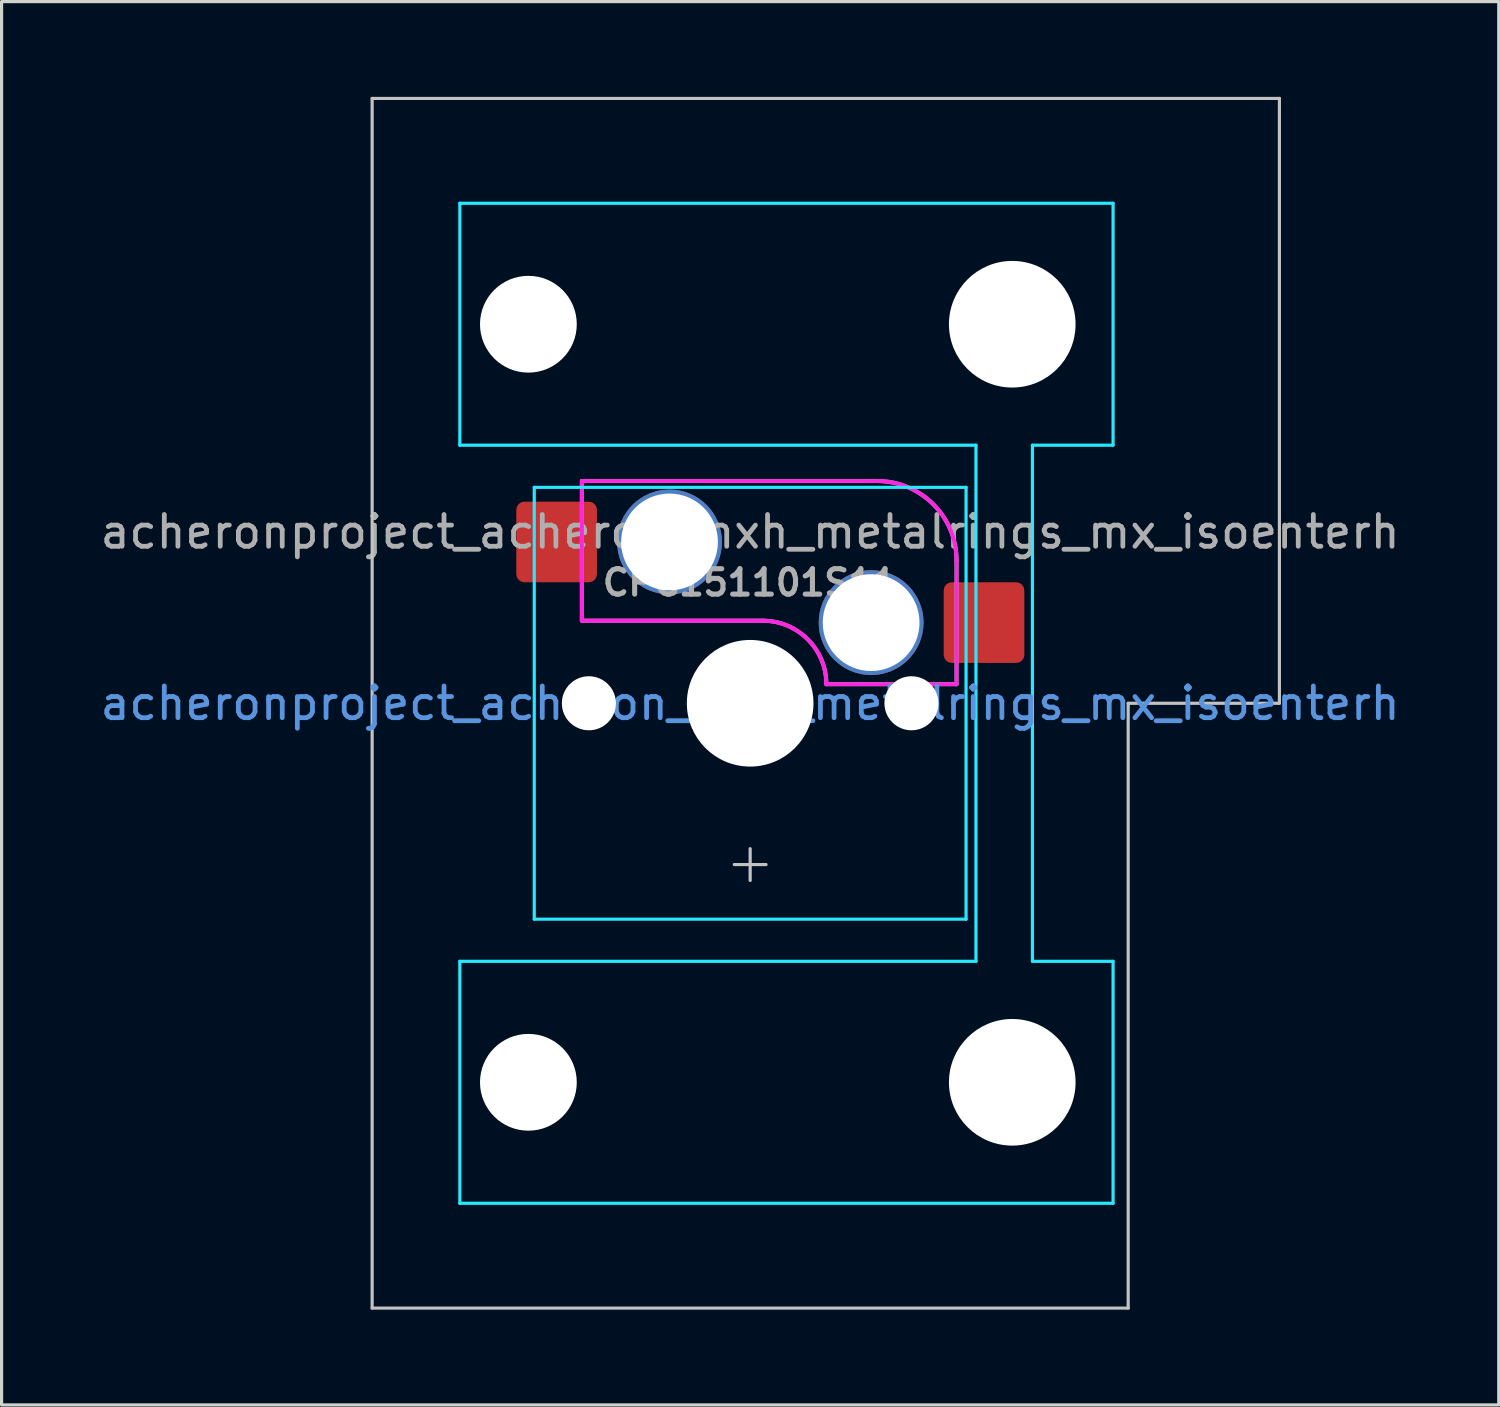
<source format=kicad_pcb>
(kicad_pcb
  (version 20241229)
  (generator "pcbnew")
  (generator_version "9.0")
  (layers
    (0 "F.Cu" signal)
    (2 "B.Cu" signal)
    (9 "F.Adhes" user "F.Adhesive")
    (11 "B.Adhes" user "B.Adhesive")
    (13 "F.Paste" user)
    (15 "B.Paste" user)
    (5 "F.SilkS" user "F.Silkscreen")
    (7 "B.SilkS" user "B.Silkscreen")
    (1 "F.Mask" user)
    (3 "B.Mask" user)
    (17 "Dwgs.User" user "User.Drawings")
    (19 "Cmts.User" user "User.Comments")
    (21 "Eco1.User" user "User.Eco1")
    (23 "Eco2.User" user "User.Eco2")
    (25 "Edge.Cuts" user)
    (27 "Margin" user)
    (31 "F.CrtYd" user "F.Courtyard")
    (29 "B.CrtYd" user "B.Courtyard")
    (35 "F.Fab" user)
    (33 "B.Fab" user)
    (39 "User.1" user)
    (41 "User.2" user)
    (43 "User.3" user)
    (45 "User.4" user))
  (footprint "acheronproject_acheron_mxh_metalrings_mx_isoenterh"
    (layer "F.Cu")
    (at 20.577 19.1)
    (property "Reference" "acheronproject_acheron_mxh_metalrings_mx_isoenterh" (at 0 0 0) (unlocked yes) (layer "Cmts.User") (effects (font (size 1 1) (thickness 0.15))))
    (attr smd)
    (fp_line (start -11.906 19.05) (end -11.906 -19.05) (stroke (width 0.1) (type solid)) (layer "Dwgs.User"))
    (fp_line (start -0.5 5.08) (end 0.5 5.08) (stroke (width 0.1) (type solid)) (layer "Dwgs.User"))
    (fp_line (start 0 5.58) (end 0 4.58) (stroke (width 0.1) (type solid)) (layer "Dwgs.User"))
    (fp_line (start 11.906 19.05) (end -11.906 19.05) (stroke (width 0.1) (type solid)) (layer "Dwgs.User"))
    (fp_line (start 11.906 19.05) (end 11.906 0) (stroke (width 0.1) (type solid)) (layer "Dwgs.User"))
    (fp_line (start 16.669 -19.05) (end -11.906 -19.05) (stroke (width 0.1) (type solid)) (layer "Dwgs.User"))
    (fp_line (start 16.669 0) (end 11.906 0) (stroke (width 0.1) (type solid)) (layer "Dwgs.User"))
    (fp_line (start 16.669 0) (end 16.669 -19.05) (stroke (width 0.1) (type solid)) (layer "Dwgs.User"))
    (fp_line (start -7 -6.5) (end -7 6.5) (stroke (width 0.1) (type solid)) (layer "Eco1.User"))
    (fp_line (start -6.5 7) (end 6.5 7) (stroke (width 0.1) (type solid)) (layer "Eco1.User"))
    (fp_line (start -5.985 -8.938) (end -5.985 -14.938) (stroke (width 0.1) (type solid)) (layer "Eco1.User"))
    (fp_line (start -5.985 14.938) (end -5.985 8.938) (stroke (width 0.1) (type solid)) (layer "Eco1.User"))
    (fp_line (start -5.485 -8.438) (end 8.515 -8.438) (stroke (width 0.1) (type solid)) (layer "Eco1.User"))
    (fp_line (start -5.485 15.438) (end 8.515 15.438) (stroke (width 0.1) (type solid)) (layer "Eco1.User"))
    (fp_line (start 6.5 -7) (end -6.5 -7) (stroke (width 0.1) (type solid)) (layer "Eco1.User"))
    (fp_line (start 7 6.5) (end 7 -6.5) (stroke (width 0.1) (type solid)) (layer "Eco1.User"))
    (fp_line (start 8.515 -15.438) (end -5.485 -15.438) (stroke (width 0.1) (type solid)) (layer "Eco1.User"))
    (fp_line (start 8.515 8.438) (end -5.485 8.438) (stroke (width 0.1) (type solid)) (layer "Eco1.User"))
    (fp_line (start 9.015 -14.938) (end 9.015 -8.938) (stroke (width 0.1) (type solid)) (layer "Eco1.User"))
    (fp_line (start 9.015 8.938) (end 9.015 14.938) (stroke (width 0.1) (type solid)) (layer "Eco1.User"))
    (fp_arc (start -7 -6.5) (mid -6.853553 -6.853553) (end -6.5 -7) (stroke (width 0.1) (type solid)) (layer "Eco1.User"))
    (fp_arc (start -6.5 7) (mid -6.853553 6.853553) (end -7 6.5) (stroke (width 0.1) (type solid)) (layer "Eco1.User"))
    (fp_arc (start -5.985 -14.938) (mid -5.838553 -15.291553) (end -5.485 -15.438) (stroke (width 0.1) (type solid)) (layer "Eco1.User"))
    (fp_arc (start -5.985 8.938) (mid -5.838553 8.584447) (end -5.485 8.438) (stroke (width 0.1) (type solid)) (layer "Eco1.User"))
    (fp_arc (start -5.485 -8.438) (mid -5.838553 -8.584447) (end -5.985 -8.938) (stroke (width 0.1) (type solid)) (layer "Eco1.User"))
    (fp_arc (start -5.485 15.438) (mid -5.838553 15.291553) (end -5.985 14.938) (stroke (width 0.1) (type solid)) (layer "Eco1.User"))
    (fp_arc (start 6.5 -7) (mid 6.853553 -6.853553) (end 7 -6.5) (stroke (width 0.1) (type solid)) (layer "Eco1.User"))
    (fp_arc (start 7 6.5) (mid 6.853553 6.853553) (end 6.5 7) (stroke (width 0.1) (type solid)) (layer "Eco1.User"))
    (fp_arc (start 8.515 -15.438) (mid 8.868553 -15.291553) (end 9.015 -14.938) (stroke (width 0.1) (type solid)) (layer "Eco1.User"))
    (fp_arc (start 8.515 8.438) (mid 8.868553 8.584447) (end 9.015 8.938) (stroke (width 0.1) (type solid)) (layer "Eco1.User"))
    (fp_arc (start 9.015 -8.938) (mid 8.868553 -8.584447) (end 8.515 -8.438) (stroke (width 0.1) (type solid)) (layer "Eco1.User"))
    (fp_arc (start 9.015 14.938) (mid 8.868553 15.291553) (end 8.515 15.438) (stroke (width 0.1) (type solid)) (layer "Eco1.User"))
    (fp_line (start -9.144 -15.748) (end 11.43 -15.748) (stroke (width 0.1) (type solid)) (layer "B.CrtYd"))
    (fp_line (start -9.144 -8.128) (end -9.144 -15.748) (stroke (width 0.1) (type solid)) (layer "B.CrtYd"))
    (fp_line (start -9.144 -8.128) (end 7.112 -8.128) (stroke (width 0.1) (type solid)) (layer "B.CrtYd"))
    (fp_line (start -9.144 8.128) (end 7.112 8.128) (stroke (width 0.1) (type solid)) (layer "B.CrtYd"))
    (fp_line (start -9.144 15.748) (end -9.144 8.128) (stroke (width 0.1) (type solid)) (layer "B.CrtYd"))
    (fp_line (start -6.8 6.8) (end -6.8 -6.8) (stroke (width 0.1) (type solid)) (layer "B.CrtYd"))
    (fp_line (start 6.8 -6.8) (end -6.8 -6.8) (stroke (width 0.1) (type solid)) (layer "B.CrtYd"))
    (fp_line (start 6.8 6.8) (end -6.8 6.8) (stroke (width 0.1) (type solid)) (layer "B.CrtYd"))
    (fp_line (start 6.8 6.8) (end 6.8 -6.8) (stroke (width 0.1) (type solid)) (layer "B.CrtYd"))
    (fp_line (start 7.112 8.128) (end 7.112 -8.128) (stroke (width 0.1) (type solid)) (layer "B.CrtYd"))
    (fp_line (start 8.89 8.128) (end 8.89 -8.128) (stroke (width 0.1) (type solid)) (layer "B.CrtYd"))
    (fp_line (start 11.43 -15.748) (end 11.43 -8.128) (stroke (width 0.1) (type solid)) (layer "B.CrtYd"))
    (fp_line (start 11.43 -8.128) (end 8.89 -8.128) (stroke (width 0.1) (type solid)) (layer "B.CrtYd"))
    (fp_line (start 11.43 8.128) (end 8.89 8.128) (stroke (width 0.1) (type solid)) (layer "B.CrtYd"))
    (fp_line (start 11.43 8.128) (end 11.43 15.748) (stroke (width 0.1) (type solid)) (layer "B.CrtYd"))
    (fp_line (start 11.43 15.748) (end -9.144 15.748) (stroke (width 0.1) (type solid)) (layer "B.CrtYd"))
    (fp_line (start -5.3 -7) (end -5.3 -2.6) (stroke (width 0.127) (type solid)) (layer "F.CrtYd"))
    (fp_line (start 0.4 -2.6) (end -5.3 -2.6) (stroke (width 0.127) (type solid)) (layer "F.CrtYd"))
    (fp_line (start 4 -7) (end -5.3 -7) (stroke (width 0.12) (type solid)) (layer "F.CrtYd"))
    (fp_line (start 6.5 -4.5) (end 6.5 -0.6) (stroke (width 0.12) (type solid)) (layer "F.CrtYd"))
    (fp_line (start 6.5 -0.6) (end 2.4 -0.6) (stroke (width 0.12) (type solid)) (layer "F.CrtYd"))
    (fp_arc (start 0.4 -2.6) (mid 1.814214 -2.014214) (end 2.4 -0.6) (stroke (width 0.127) (type solid)) (layer "F.CrtYd"))
    (fp_arc (start 4 -7) (mid 5.767767 -6.267767) (end 6.5 -4.5) (stroke (width 0.127) (type solid)) (layer "F.CrtYd"))
    (fp_line (start -5.3 -7) (end -5.3 -2.6) (stroke (width 0.127) (type solid)) (layer "F.Fab"))
    (fp_line (start -5.3 -7) (end 4 -7) (stroke (width 0.127) (type solid)) (layer "F.Fab"))
    (fp_line (start -0.5 0) (end 0.5 0) (stroke (width 0.1) (type solid)) (layer "F.Fab"))
    (fp_line (start 0 0.5) (end 0 -0.5) (stroke (width 0.1) (type solid)) (layer "F.Fab"))
    (fp_line (start 0.4 -2.6) (end -5.3 -2.6) (stroke (width 0.127) (type solid)) (layer "F.Fab"))
    (fp_line (start 6.5 -4.5) (end 6.5 -0.6) (stroke (width 0.127) (type solid)) (layer "F.Fab"))
    (fp_line (start 6.5 -0.6) (end 2.4 -0.6) (stroke (width 0.127) (type solid)) (layer "F.Fab"))
    (fp_arc (start 0.400001 -2.600001) (mid 1.814214 -2.014214) (end 2.4 -0.6) (stroke (width 0.127) (type solid)) (layer "F.Fab"))
    (fp_arc (start 4.000001 -7.000001) (mid 5.767768 -6.267767) (end 6.5 -4.5) (stroke (width 0.127) (type solid)) (layer "F.Fab"))
    (fp_text user "${REFERENCE}" (at 0 -5.4 0) (layer "F.Fab") (effects (font (size 1 1) (thickness 0.15))))
    (fp_text user "CPG151101S11" (at 0 -3.8 0) (unlocked yes) (layer "F.Fab") (effects (font (size 0.8 0.8) (thickness 0.16))))
    (pad "" np_thru_hole circle (at -6.985 -11.938 90) (size 3.048 3.048) (drill 3.048) (layers "*.Cu" "*.Mask"))
    (pad "" np_thru_hole circle (at -6.985 11.938 90) (size 3.048 3.048) (drill 3.048) (layers "*.Cu" "*.Mask"))
    (pad "" np_thru_hole circle (at -5.08 0 270) (size 1.702 1.702) (drill 1.702) (layers "*.Cu" "*.Mask"))
    (pad "" np_thru_hole circle (at -2.54 -5.08) (size 3.302 3.302) (drill 3.048) (layers "*.Cu" "*.Mask"))
    (pad "" np_thru_hole circle (at 0 0) (size 3.988 3.988) (drill 3.988) (layers "*.Cu" "*.Mask"))
    (pad "" np_thru_hole circle (at 3.81 -2.54) (size 3.302 3.302) (drill 3.048) (layers "*.Cu" "*.Mask"))
    (pad "" np_thru_hole circle (at 5.08 0 270) (size 1.702 1.702) (drill 1.702) (layers "*.Cu" "*.Mask"))
    (pad "" np_thru_hole circle (at 8.255 -11.938 90) (size 3.988 3.988) (drill 3.988) (layers "*.Cu" "*.Mask"))
    (pad "" np_thru_hole circle (at 8.255 11.938 90) (size 3.988 3.988) (drill 3.988) (layers "*.Cu" "*.Mask"))
    (pad "1" smd roundrect (at -6.096 -5.08) (size 2.54 2.54) (layers "F.Cu" "F.Mask") (roundrect_rratio 0.1))
    (pad "2" smd roundrect (at 7.366 -2.54) (size 2.54 2.54) (layers "F.Cu" "F.Mask") (roundrect_rratio 0.1)))
  (gr_rect
    (start -3 -3)
    (end 44.155 41.2)
    (stroke (width 0.1) (type default))
    (fill no)
    (layer "Edge.Cuts")))
</source>
